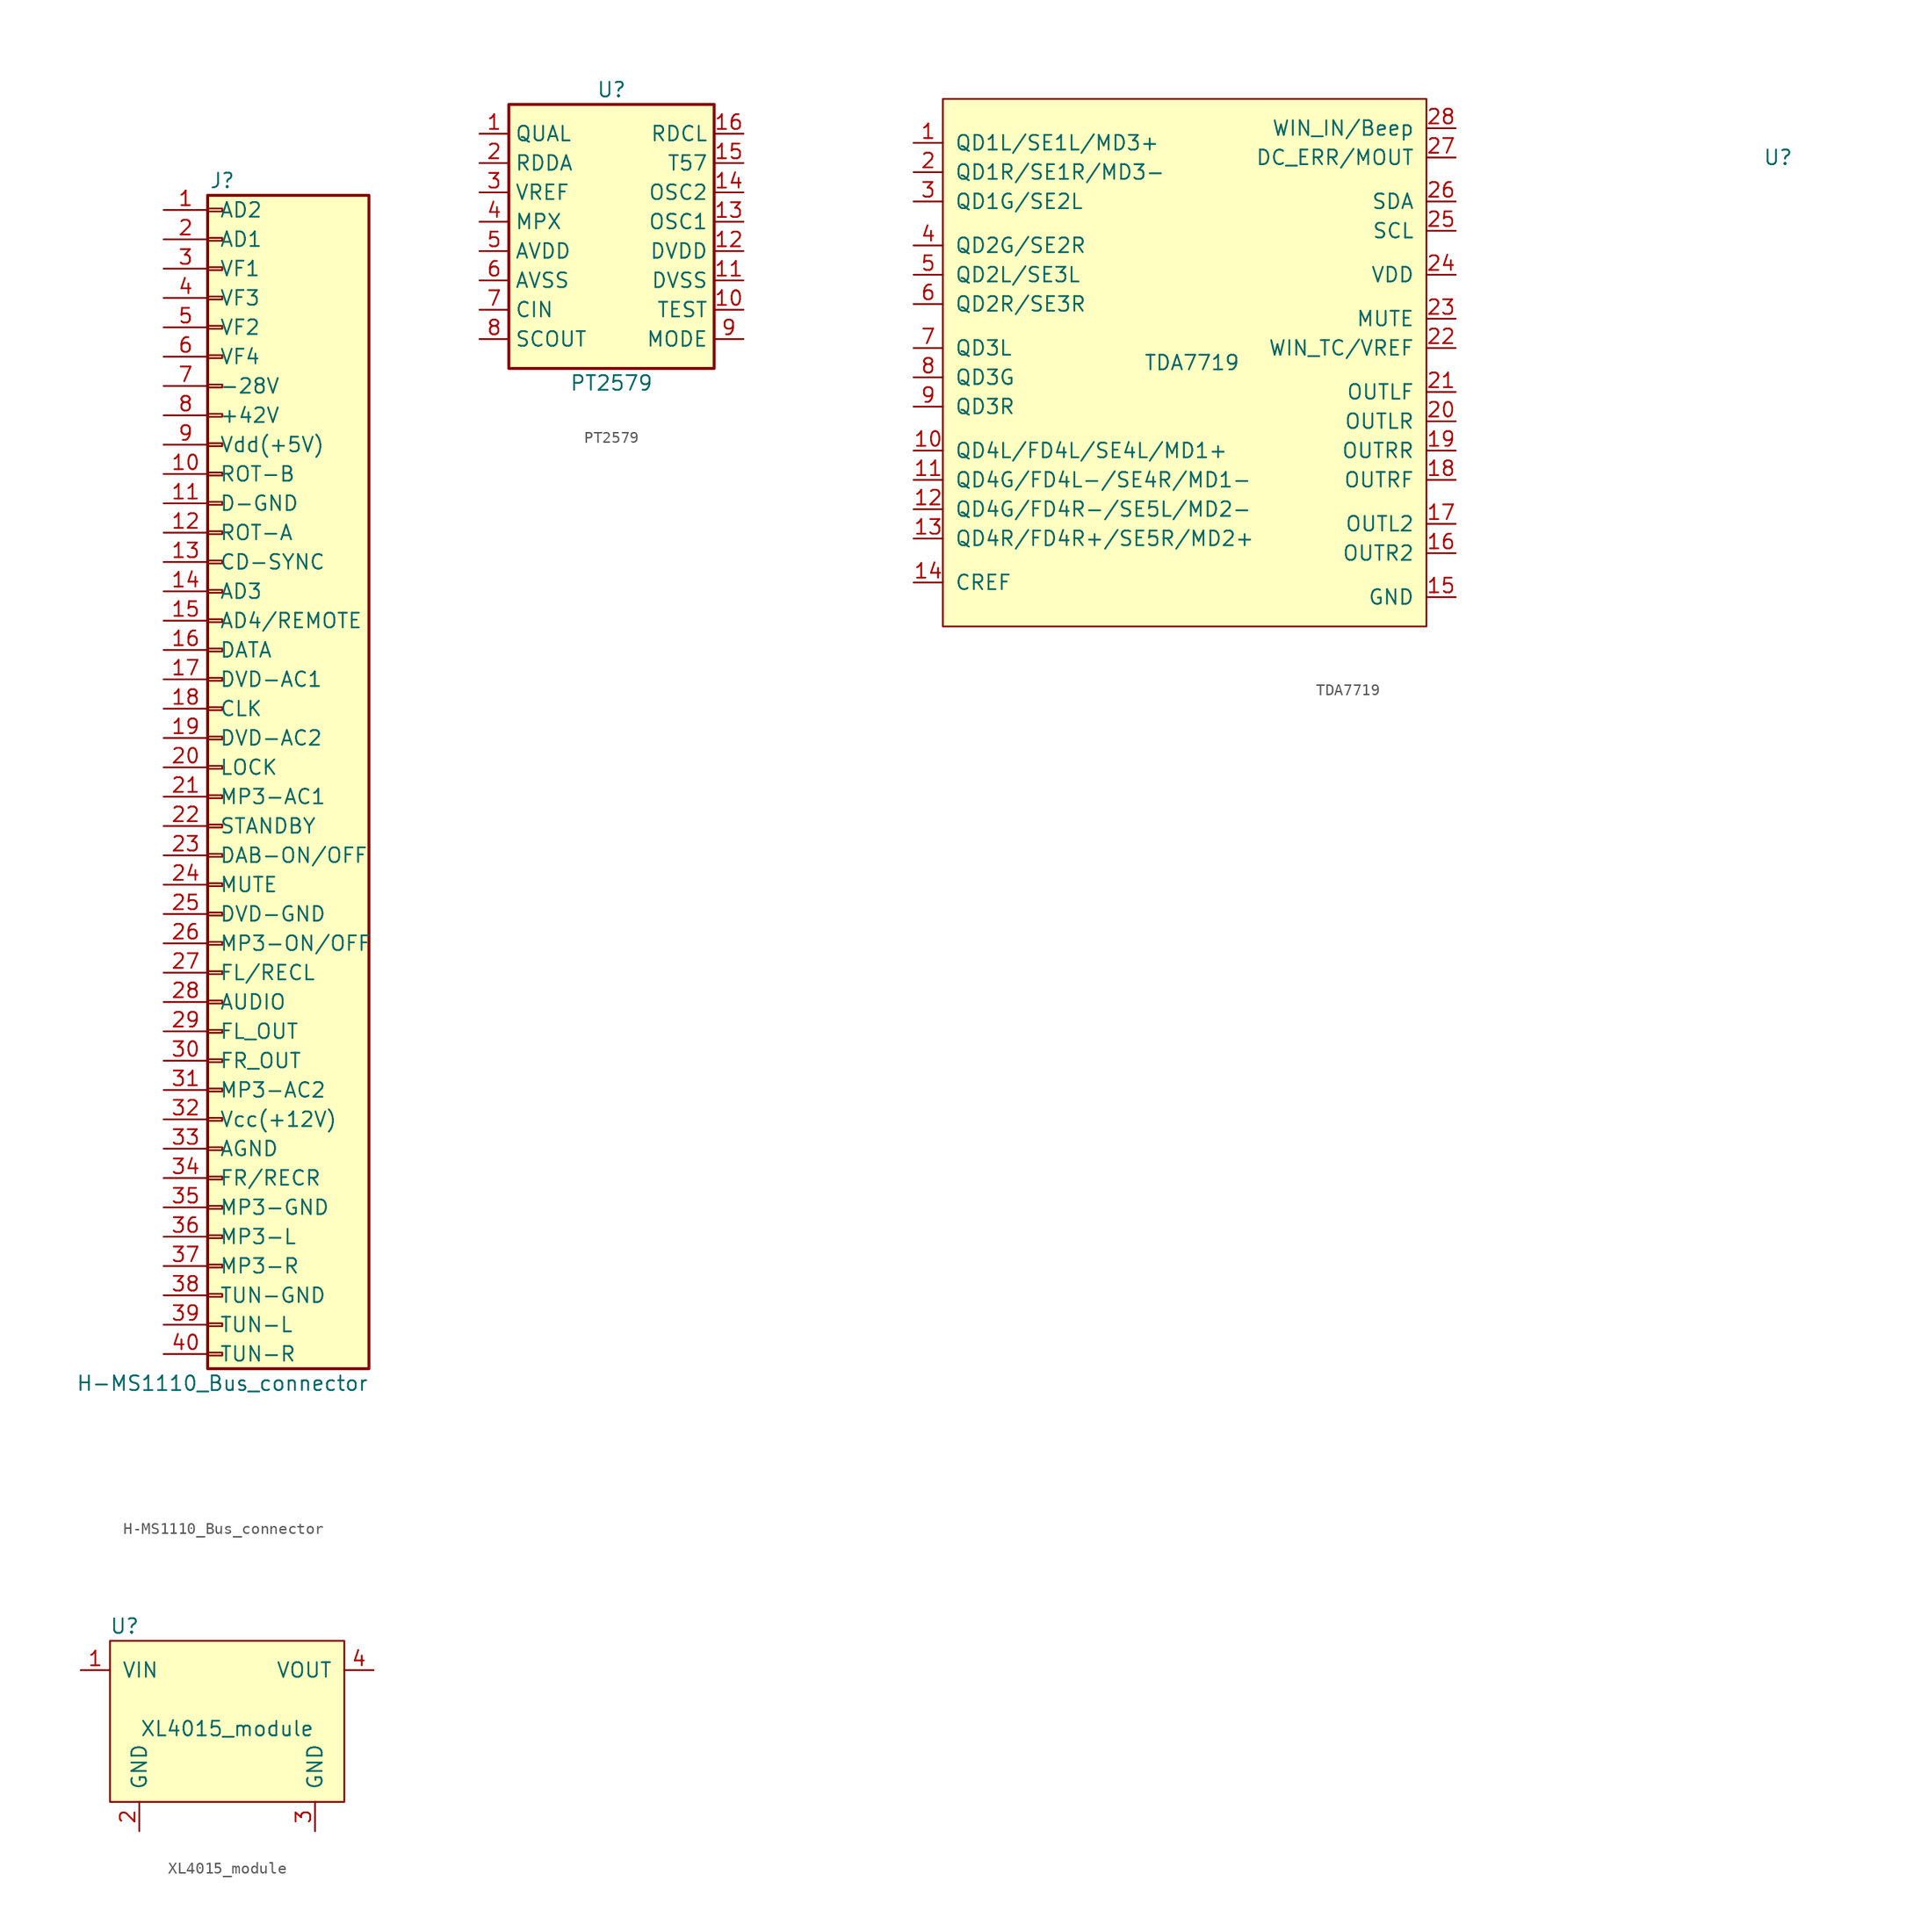
<source format=kicad_sym>
(kicad_symbol_lib
  (version 20211014)
  (generator kicad_symbol_editor)
  (symbol "H-MS1110_Bus_connector"
    (pin_names
      (offset 1.016))
    (property "Reference" "J"
      (at -5.08 50.8 0)
      (effects (font (size 1.27 1.27))))
    (property "Value" "H-MS1110_Bus_connector"
      (at -5.08 -53.34 0)
      (effects (font (size 1.27 1.27))))
    (symbol "H-MS1110_Bus_connector_1_1"
      (rectangle (start -6.35 -50.673) (end -5.08 -50.927) (stroke (width 0.152) (type default) (color 0 0 0 0)) (fill (type none)))
      (rectangle (start -6.35 -48.133) (end -5.08 -48.387) (stroke (width 0.152) (type default) (color 0 0 0 0)) (fill (type none)))
      (rectangle (start -6.35 -45.593) (end -5.08 -45.847) (stroke (width 0.152) (type default) (color 0 0 0 0)) (fill (type none)))
      (rectangle (start -6.35 -43.053) (end -5.08 -43.307) (stroke (width 0.152) (type default) (color 0 0 0 0)) (fill (type none)))
      (rectangle (start -6.35 -40.513) (end -5.08 -40.767) (stroke (width 0.152) (type default) (color 0 0 0 0)) (fill (type none)))
      (rectangle (start -6.35 -37.973) (end -5.08 -38.227) (stroke (width 0.152) (type default) (color 0 0 0 0)) (fill (type none)))
      (rectangle (start -6.35 -35.433) (end -5.08 -35.687) (stroke (width 0.152) (type default) (color 0 0 0 0)) (fill (type none)))
      (rectangle (start -6.35 -32.893) (end -5.08 -33.147) (stroke (width 0.152) (type default) (color 0 0 0 0)) (fill (type none)))
      (rectangle (start -6.35 -30.353) (end -5.08 -30.607) (stroke (width 0.152) (type default) (color 0 0 0 0)) (fill (type none)))
      (rectangle (start -6.35 -27.813) (end -5.08 -28.067) (stroke (width 0.152) (type default) (color 0 0 0 0)) (fill (type none)))
      (rectangle (start -6.35 -25.273) (end -5.08 -25.527) (stroke (width 0.152) (type default) (color 0 0 0 0)) (fill (type none)))
      (rectangle (start -6.35 -22.733) (end -5.08 -22.987) (stroke (width 0.152) (type default) (color 0 0 0 0)) (fill (type none)))
      (rectangle (start -6.35 -20.193) (end -5.08 -20.447) (stroke (width 0.152) (type default) (color 0 0 0 0)) (fill (type none)))
      (rectangle (start -6.35 -17.653) (end -5.08 -17.907) (stroke (width 0.152) (type default) (color 0 0 0 0)) (fill (type none)))
      (rectangle (start -6.35 -15.113) (end -5.08 -15.367) (stroke (width 0.152) (type default) (color 0 0 0 0)) (fill (type none)))
      (rectangle (start -6.35 -12.573) (end -5.08 -12.827) (stroke (width 0.152) (type default) (color 0 0 0 0)) (fill (type none)))
      (rectangle (start -6.35 -10.033) (end -5.08 -10.287) (stroke (width 0.152) (type default) (color 0 0 0 0)) (fill (type none)))
      (rectangle (start -6.35 -7.493) (end -5.08 -7.747) (stroke (width 0.152) (type default) (color 0 0 0 0)) (fill (type none)))
      (rectangle (start -6.35 -4.953) (end -5.08 -5.207) (stroke (width 0.152) (type default) (color 0 0 0 0)) (fill (type none)))
      (rectangle (start -6.35 -2.413) (end -5.08 -2.667) (stroke (width 0.152) (type default) (color 0 0 0 0)) (fill (type none)))
      (rectangle (start -6.35 0.127) (end -5.08 -0.127) (stroke (width 0.152) (type default) (color 0 0 0 0)) (fill (type none)))
      (rectangle (start -6.35 2.667) (end -5.08 2.413) (stroke (width 0.152) (type default) (color 0 0 0 0)) (fill (type none)))
      (rectangle (start -6.35 5.207) (end -5.08 4.953) (stroke (width 0.152) (type default) (color 0 0 0 0)) (fill (type none)))
      (rectangle (start -6.35 7.747) (end -5.08 7.493) (stroke (width 0.152) (type default) (color 0 0 0 0)) (fill (type none)))
      (rectangle (start -6.35 10.287) (end -5.08 10.033) (stroke (width 0.152) (type default) (color 0 0 0 0)) (fill (type none)))
      (rectangle (start -6.35 12.827) (end -5.08 12.573) (stroke (width 0.152) (type default) (color 0 0 0 0)) (fill (type none)))
      (rectangle (start -6.35 15.367) (end -5.08 15.113) (stroke (width 0.152) (type default) (color 0 0 0 0)) (fill (type none)))
      (rectangle (start -6.35 17.907) (end -5.08 17.653) (stroke (width 0.152) (type default) (color 0 0 0 0)) (fill (type none)))
      (rectangle (start -6.35 20.447) (end -5.08 20.193) (stroke (width 0.152) (type default) (color 0 0 0 0)) (fill (type none)))
      (rectangle (start -6.35 22.987) (end -5.08 22.733) (stroke (width 0.152) (type default) (color 0 0 0 0)) (fill (type none)))
      (rectangle (start -6.35 25.527) (end -5.08 25.273) (stroke (width 0.152) (type default) (color 0 0 0 0)) (fill (type none)))
      (rectangle (start -6.35 28.067) (end -5.08 27.813) (stroke (width 0.152) (type default) (color 0 0 0 0)) (fill (type none)))
      (rectangle (start -6.35 30.607) (end -5.08 30.353) (stroke (width 0.152) (type default) (color 0 0 0 0)) (fill (type none)))
      (rectangle (start -6.35 33.147) (end -5.08 32.893) (stroke (width 0.152) (type default) (color 0 0 0 0)) (fill (type none)))
      (rectangle (start -6.35 35.687) (end -5.08 35.433) (stroke (width 0.152) (type default) (color 0 0 0 0)) (fill (type none)))
      (rectangle (start -6.35 38.227) (end -5.08 37.973) (stroke (width 0.152) (type default) (color 0 0 0 0)) (fill (type none)))
      (rectangle (start -6.35 40.767) (end -5.08 40.513) (stroke (width 0.152) (type default) (color 0 0 0 0)) (fill (type none)))
      (rectangle (start -6.35 43.307) (end -5.08 43.053) (stroke (width 0.152) (type default) (color 0 0 0 0)) (fill (type none)))
      (rectangle (start -6.35 45.847) (end -5.08 45.593) (stroke (width 0.152) (type default) (color 0 0 0 0)) (fill (type none)))
      (rectangle (start -6.35 48.387) (end -5.08 48.133) (stroke (width 0.152) (type default) (color 0 0 0 0)) (fill (type none)))
      (rectangle (start -6.35 49.53) (end 7.62 -52.07) (stroke (width 0.254) (type default) (color 0 0 0 0)) (fill (type background)))
      (pin passive line (at -10.16 48.26 0) (length 3.81) (name "AD2" (effects (font (size 1.27 1.27)))) (number "1" (effects (font (size 1.27 1.27)))))
      (pin passive line (at -10.16 25.4 0) (length 3.81) (name "ROT-B" (effects (font (size 1.27 1.27)))) (number "10" (effects (font (size 1.27 1.27)))))
      (pin passive line (at -10.16 22.86 0) (length 3.81) (name "D-GND" (effects (font (size 1.27 1.27)))) (number "11" (effects (font (size 1.27 1.27)))))
      (pin passive line (at -10.16 20.32 0) (length 3.81) (name "ROT-A" (effects (font (size 1.27 1.27)))) (number "12" (effects (font (size 1.27 1.27)))))
      (pin passive line (at -10.16 17.78 0) (length 3.81) (name "CD-SYNC" (effects (font (size 1.27 1.27)))) (number "13" (effects (font (size 1.27 1.27)))))
      (pin passive line (at -10.16 15.24 0) (length 3.81) (name "AD3" (effects (font (size 1.27 1.27)))) (number "14" (effects (font (size 1.27 1.27)))))
      (pin passive line (at -10.16 12.7 0) (length 3.81) (name "AD4/REMOTE" (effects (font (size 1.27 1.27)))) (number "15" (effects (font (size 1.27 1.27)))))
      (pin passive line (at -10.16 10.16 0) (length 3.81) (name "DATA" (effects (font (size 1.27 1.27)))) (number "16" (effects (font (size 1.27 1.27)))))
      (pin passive line (at -10.16 7.62 0) (length 3.81) (name "DVD-AC1" (effects (font (size 1.27 1.27)))) (number "17" (effects (font (size 1.27 1.27)))))
      (pin passive line (at -10.16 5.08 0) (length 3.81) (name "CLK" (effects (font (size 1.27 1.27)))) (number "18" (effects (font (size 1.27 1.27)))))
      (pin passive line (at -10.16 2.54 0) (length 3.81) (name "DVD-AC2" (effects (font (size 1.27 1.27)))) (number "19" (effects (font (size 1.27 1.27)))))
      (pin passive line (at -10.16 45.72 0) (length 3.81) (name "AD1" (effects (font (size 1.27 1.27)))) (number "2" (effects (font (size 1.27 1.27)))))
      (pin passive line (at -10.16 0 0) (length 3.81) (name "LOCK" (effects (font (size 1.27 1.27)))) (number "20" (effects (font (size 1.27 1.27)))))
      (pin passive line (at -10.16 -2.54 0) (length 3.81) (name "MP3-AC1" (effects (font (size 1.27 1.27)))) (number "21" (effects (font (size 1.27 1.27)))))
      (pin passive line (at -10.16 -5.08 0) (length 3.81) (name "STANDBY" (effects (font (size 1.27 1.27)))) (number "22" (effects (font (size 1.27 1.27)))))
      (pin passive line (at -10.16 -7.62 0) (length 3.81) (name "DAB-ON/OFF" (effects (font (size 1.27 1.27)))) (number "23" (effects (font (size 1.27 1.27)))))
      (pin passive line (at -10.16 -10.16 0) (length 3.81) (name "MUTE" (effects (font (size 1.27 1.27)))) (number "24" (effects (font (size 1.27 1.27)))))
      (pin passive line (at -10.16 -12.7 0) (length 3.81) (name "DVD-GND" (effects (font (size 1.27 1.27)))) (number "25" (effects (font (size 1.27 1.27)))))
      (pin passive line (at -10.16 -15.24 0) (length 3.81) (name "MP3-ON/OFF" (effects (font (size 1.27 1.27)))) (number "26" (effects (font (size 1.27 1.27)))))
      (pin passive line (at -10.16 -17.78 0) (length 3.81) (name "FL/RECL" (effects (font (size 1.27 1.27)))) (number "27" (effects (font (size 1.27 1.27)))))
      (pin passive line (at -10.16 -20.32 0) (length 3.81) (name "AUDIO" (effects (font (size 1.27 1.27)))) (number "28" (effects (font (size 1.27 1.27)))))
      (pin passive line (at -10.16 -22.86 0) (length 3.81) (name "FL_OUT" (effects (font (size 1.27 1.27)))) (number "29" (effects (font (size 1.27 1.27)))))
      (pin passive line (at -10.16 43.18 0) (length 3.81) (name "VF1" (effects (font (size 1.27 1.27)))) (number "3" (effects (font (size 1.27 1.27)))))
      (pin passive line (at -10.16 -25.4 0) (length 3.81) (name "FR_OUT" (effects (font (size 1.27 1.27)))) (number "30" (effects (font (size 1.27 1.27)))))
      (pin passive line (at -10.16 -27.94 0) (length 3.81) (name "MP3-AC2" (effects (font (size 1.27 1.27)))) (number "31" (effects (font (size 1.27 1.27)))))
      (pin passive line (at -10.16 -30.48 0) (length 3.81) (name "Vcc(+12V)" (effects (font (size 1.27 1.27)))) (number "32" (effects (font (size 1.27 1.27)))))
      (pin passive line (at -10.16 -33.02 0) (length 3.81) (name "AGND" (effects (font (size 1.27 1.27)))) (number "33" (effects (font (size 1.27 1.27)))))
      (pin passive line (at -10.16 -35.56 0) (length 3.81) (name "FR/RECR" (effects (font (size 1.27 1.27)))) (number "34" (effects (font (size 1.27 1.27)))))
      (pin passive line (at -10.16 -38.1 0) (length 3.81) (name "MP3-GND" (effects (font (size 1.27 1.27)))) (number "35" (effects (font (size 1.27 1.27)))))
      (pin passive line (at -10.16 -40.64 0) (length 3.81) (name "MP3-L" (effects (font (size 1.27 1.27)))) (number "36" (effects (font (size 1.27 1.27)))))
      (pin passive line (at -10.16 -43.18 0) (length 3.81) (name "MP3-R" (effects (font (size 1.27 1.27)))) (number "37" (effects (font (size 1.27 1.27)))))
      (pin passive line (at -10.16 -45.72 0) (length 3.81) (name "TUN-GND" (effects (font (size 1.27 1.27)))) (number "38" (effects (font (size 1.27 1.27)))))
      (pin passive line (at -10.16 -48.26 0) (length 3.81) (name "TUN-L" (effects (font (size 1.27 1.27)))) (number "39" (effects (font (size 1.27 1.27)))))
      (pin passive line (at -10.16 40.64 0) (length 3.81) (name "VF3" (effects (font (size 1.27 1.27)))) (number "4" (effects (font (size 1.27 1.27)))))
      (pin passive line (at -10.16 -50.8 0) (length 3.81) (name "TUN-R" (effects (font (size 1.27 1.27)))) (number "40" (effects (font (size 1.27 1.27)))))
      (pin passive line (at -10.16 38.1 0) (length 3.81) (name "VF2" (effects (font (size 1.27 1.27)))) (number "5" (effects (font (size 1.27 1.27)))))
      (pin passive line (at -10.16 35.56 0) (length 3.81) (name "VF4" (effects (font (size 1.27 1.27)))) (number "6" (effects (font (size 1.27 1.27)))))
      (pin passive line (at -10.16 33.02 0) (length 3.81) (name "-28V" (effects (font (size 1.27 1.27)))) (number "7" (effects (font (size 1.27 1.27)))))
      (pin passive line (at -10.16 30.48 0) (length 3.81) (name "+42V" (effects (font (size 1.27 1.27)))) (number "8" (effects (font (size 1.27 1.27)))))
      (pin passive line (at -10.16 27.94 0) (length 3.81) (name "Vdd(+5V)" (effects (font (size 1.27 1.27)))) (number "9" (effects (font (size 1.27 1.27)))))))
  (symbol "PT2579"
    (property "Reference" "U"
      (at 0 12.7 0)
      (effects (font (size 1.27 1.27))))
    (property "Value" "PT2579"
      (at 0 -12.7 0)
      (effects (font (size 1.27 1.27))))
    (symbol "PT2579_0_1"
      (rectangle (start -8.89 11.43) (end 8.89 -11.43) (stroke (width 0.254) (type default) (color 0 0 0 0)) (fill (type background))))
    (symbol "PT2579_1_1"
      (pin output line (at -11.43 8.89 0) (length 2.54) (name "QUAL" (effects (font (size 1.27 1.27)))) (number "1" (effects (font (size 1.27 1.27)))))
      (pin input line (at 11.43 -6.35 180) (length 2.54) (name "TEST" (effects (font (size 1.27 1.27)))) (number "10" (effects (font (size 1.27 1.27)))))
      (pin power_in line (at 11.43 -3.81 180) (length 2.54) (name "DVSS" (effects (font (size 1.27 1.27)))) (number "11" (effects (font (size 1.27 1.27)))))
      (pin power_in line (at 11.43 -1.27 180) (length 2.54) (name "DVDD" (effects (font (size 1.27 1.27)))) (number "12" (effects (font (size 1.27 1.27)))))
      (pin input line (at 11.43 1.27 180) (length 2.54) (name "OSC1" (effects (font (size 1.27 1.27)))) (number "13" (effects (font (size 1.27 1.27)))))
      (pin output line (at 11.43 3.81 180) (length 2.54) (name "OSC2" (effects (font (size 1.27 1.27)))) (number "14" (effects (font (size 1.27 1.27)))))
      (pin output line (at 11.43 6.35 180) (length 2.54) (name "T57" (effects (font (size 1.27 1.27)))) (number "15" (effects (font (size 1.27 1.27)))))
      (pin power_out line (at 11.43 8.89 180) (length 2.54) (name "RDCL" (effects (font (size 1.27 1.27)))) (number "16" (effects (font (size 1.27 1.27)))))
      (pin output line (at -11.43 6.35 0) (length 2.54) (name "RDDA" (effects (font (size 1.27 1.27)))) (number "2" (effects (font (size 1.27 1.27)))))
      (pin passive line (at -11.43 3.81 0) (length 2.54) (name "VREF" (effects (font (size 1.27 1.27)))) (number "3" (effects (font (size 1.27 1.27)))))
      (pin input line (at -11.43 1.27 0) (length 2.54) (name "MPX" (effects (font (size 1.27 1.27)))) (number "4" (effects (font (size 1.27 1.27)))))
      (pin power_in line (at -11.43 -1.27 0) (length 2.54) (name "AVDD" (effects (font (size 1.27 1.27)))) (number "5" (effects (font (size 1.27 1.27)))))
      (pin power_in line (at -11.43 -3.81 0) (length 2.54) (name "AVSS" (effects (font (size 1.27 1.27)))) (number "6" (effects (font (size 1.27 1.27)))))
      (pin input line (at -11.43 -6.35 0) (length 2.54) (name "CIN" (effects (font (size 1.27 1.27)))) (number "7" (effects (font (size 1.27 1.27)))))
      (pin output line (at -11.43 -8.89 0) (length 2.54) (name "SCOUT" (effects (font (size 1.27 1.27)))) (number "8" (effects (font (size 1.27 1.27)))))
      (pin input line (at 11.43 -8.89 180) (length 2.54) (name "MODE" (effects (font (size 1.27 1.27)))) (number "9" (effects (font (size 1.27 1.27)))))))
  (symbol "TDA7719"
    (pin_names
      (offset 1.016))
    (property "Reference" "U"
      (at 50.8 19.05 0)
      (effects (font (size 1.27 1.27))))
    (property "Value" "TDA7719"
      (at 0 1.27 0)
      (effects (font (size 1.27 1.27))))
    (symbol "TDA7719_0_1"
      (rectangle (start -21.59 24.13) (end 20.32 -21.59) (stroke (width 0) (type default) (color 0 0 0 0)) (fill (type background))))
    (symbol "TDA7719_1_1"
      (pin input line (at -24.13 20.32 0) (length 2.54) (name "QD1L/SE1L/MD3+" (effects (font (size 1.27 1.27)))) (number "1" (effects (font (size 1.27 1.27)))))
      (pin input line (at -24.13 -6.35 0) (length 2.54) (name "QD4L/FD4L/SE4L/MD1+" (effects (font (size 1.27 1.27)))) (number "10" (effects (font (size 1.27 1.27)))))
      (pin input line (at -24.13 -8.89 0) (length 2.54) (name "QD4G/FD4L-/SE4R/MD1-" (effects (font (size 1.27 1.27)))) (number "11" (effects (font (size 1.27 1.27)))))
      (pin input line (at -24.13 -11.43 0) (length 2.54) (name "QD4G/FD4R-/SE5L/MD2-" (effects (font (size 1.27 1.27)))) (number "12" (effects (font (size 1.27 1.27)))))
      (pin input line (at -24.13 -13.97 0) (length 2.54) (name "QD4R/FD4R+/SE5R/MD2+" (effects (font (size 1.27 1.27)))) (number "13" (effects (font (size 1.27 1.27)))))
      (pin output line (at -24.13 -17.78 0) (length 2.54) (name "CREF" (effects (font (size 1.27 1.27)))) (number "14" (effects (font (size 1.27 1.27)))))
      (pin power_in line (at 22.86 -19.05 180) (length 2.54) (name "GND" (effects (font (size 1.27 1.27)))) (number "15" (effects (font (size 1.27 1.27)))))
      (pin output line (at 22.86 -15.24 180) (length 2.54) (name "OUTR2" (effects (font (size 1.27 1.27)))) (number "16" (effects (font (size 1.27 1.27)))))
      (pin output line (at 22.86 -12.7 180) (length 2.54) (name "OUTL2" (effects (font (size 1.27 1.27)))) (number "17" (effects (font (size 1.27 1.27)))))
      (pin output line (at 22.86 -8.89 180) (length 2.54) (name "OUTRF" (effects (font (size 1.27 1.27)))) (number "18" (effects (font (size 1.27 1.27)))))
      (pin output line (at 22.86 -6.35 180) (length 2.54) (name "OUTRR" (effects (font (size 1.27 1.27)))) (number "19" (effects (font (size 1.27 1.27)))))
      (pin input line (at -24.13 17.78 0) (length 2.54) (name "QD1R/SE1R/MD3-" (effects (font (size 1.27 1.27)))) (number "2" (effects (font (size 1.27 1.27)))))
      (pin output line (at 22.86 -3.81 180) (length 2.54) (name "OUTLR" (effects (font (size 1.27 1.27)))) (number "20" (effects (font (size 1.27 1.27)))))
      (pin output line (at 22.86 -1.27 180) (length 2.54) (name "OUTLF" (effects (font (size 1.27 1.27)))) (number "21" (effects (font (size 1.27 1.27)))))
      (pin output line (at 22.86 2.54 180) (length 2.54) (name "WIN_TC/VREF" (effects (font (size 1.27 1.27)))) (number "22" (effects (font (size 1.27 1.27)))))
      (pin passive line (at 22.86 5.08 180) (length 2.54) (name "MUTE" (effects (font (size 1.27 1.27)))) (number "23" (effects (font (size 1.27 1.27)))))
      (pin power_in line (at 22.86 8.89 180) (length 2.54) (name "VDD" (effects (font (size 1.27 1.27)))) (number "24" (effects (font (size 1.27 1.27)))))
      (pin open_collector line (at 22.86 12.7 180) (length 2.54) (name "SCL" (effects (font (size 1.27 1.27)))) (number "25" (effects (font (size 1.27 1.27)))))
      (pin open_collector line (at 22.86 15.24 180) (length 2.54) (name "SDA" (effects (font (size 1.27 1.27)))) (number "26" (effects (font (size 1.27 1.27)))))
      (pin output line (at 22.86 19.05 180) (length 2.54) (name "DC_ERR/MOUT" (effects (font (size 1.27 1.27)))) (number "27" (effects (font (size 1.27 1.27)))))
      (pin input line (at 22.86 21.59 180) (length 2.54) (name "WIN_IN/Beep" (effects (font (size 1.27 1.27)))) (number "28" (effects (font (size 1.27 1.27)))))
      (pin input line (at -24.13 15.24 0) (length 2.54) (name "QD1G/SE2L" (effects (font (size 1.27 1.27)))) (number "3" (effects (font (size 1.27 1.27)))))
      (pin input line (at -24.13 11.43 0) (length 2.54) (name "QD2G/SE2R" (effects (font (size 1.27 1.27)))) (number "4" (effects (font (size 1.27 1.27)))))
      (pin input line (at -24.13 8.89 0) (length 2.54) (name "QD2L/SE3L" (effects (font (size 1.27 1.27)))) (number "5" (effects (font (size 1.27 1.27)))))
      (pin input line (at -24.13 6.35 0) (length 2.54) (name "QD2R/SE3R" (effects (font (size 1.27 1.27)))) (number "6" (effects (font (size 1.27 1.27)))))
      (pin input line (at -24.13 2.54 0) (length 2.54) (name "QD3L" (effects (font (size 1.27 1.27)))) (number "7" (effects (font (size 1.27 1.27)))))
      (pin input line (at -24.13 0 0) (length 2.54) (name "QD3G" (effects (font (size 1.27 1.27)))) (number "8" (effects (font (size 1.27 1.27)))))
      (pin input line (at -24.13 -2.54 0) (length 2.54) (name "QD3R" (effects (font (size 1.27 1.27)))) (number "9" (effects (font (size 1.27 1.27)))))))
  (symbol "XL4015_module"
    (pin_names
      (offset 1.016))
    (property "Reference" "U"
      (at -8.89 10.16 0)
      (effects (font (size 1.27 1.27))))
    (property "Value" "XL4015_module"
      (at 0 1.27 0)
      (effects (font (size 1.27 1.27))))
    (symbol "XL4015_module_0_1"
      (rectangle (start -10.16 8.89) (end 10.16 -5.08) (stroke (width 0) (type default) (color 0 0 0 0)) (fill (type background))))
    (symbol "XL4015_module_1_1"
      (pin power_in line (at -12.7 6.35 0) (length 2.54) (name "VIN" (effects (font (size 1.27 1.27)))) (number "1" (effects (font (size 1.27 1.27)))))
      (pin power_in line (at -7.62 -7.62 90) (length 2.54) (name "GND" (effects (font (size 1.27 1.27)))) (number "2" (effects (font (size 1.27 1.27)))))
      (pin power_in line (at 7.62 -7.62 90) (length 2.54) (name "GND" (effects (font (size 1.27 1.27)))) (number "3" (effects (font (size 1.27 1.27)))))
      (pin power_out line (at 12.7 6.35 180) (length 2.54) (name "VOUT" (effects (font (size 1.27 1.27)))) (number "4" (effects (font (size 1.27 1.27))))))))
</source>
